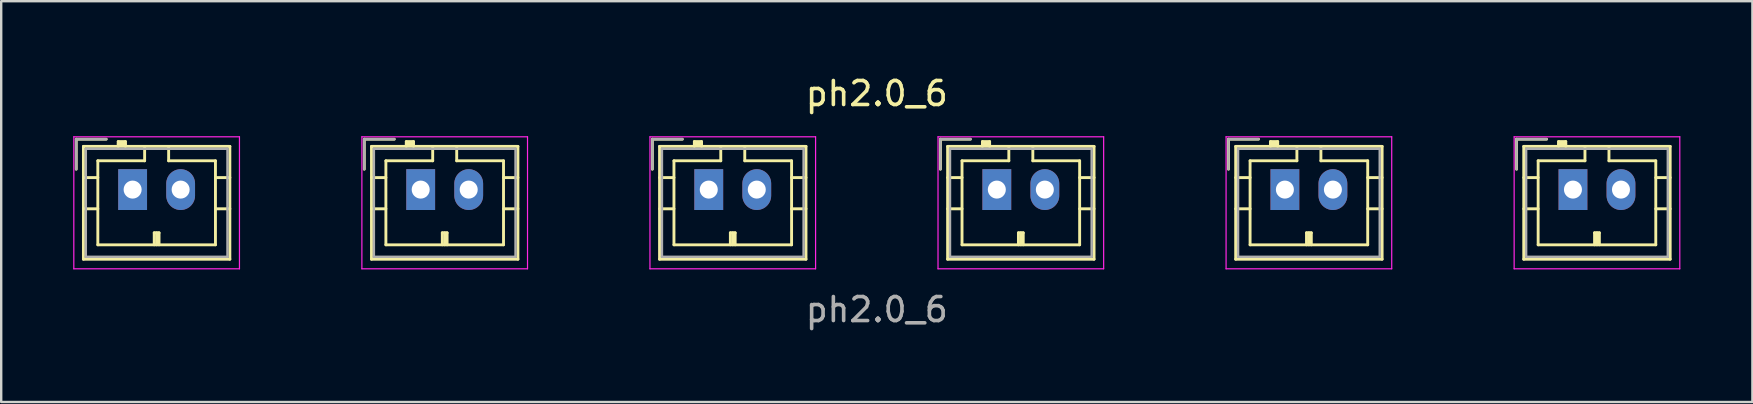
<source format=kicad_pcb>
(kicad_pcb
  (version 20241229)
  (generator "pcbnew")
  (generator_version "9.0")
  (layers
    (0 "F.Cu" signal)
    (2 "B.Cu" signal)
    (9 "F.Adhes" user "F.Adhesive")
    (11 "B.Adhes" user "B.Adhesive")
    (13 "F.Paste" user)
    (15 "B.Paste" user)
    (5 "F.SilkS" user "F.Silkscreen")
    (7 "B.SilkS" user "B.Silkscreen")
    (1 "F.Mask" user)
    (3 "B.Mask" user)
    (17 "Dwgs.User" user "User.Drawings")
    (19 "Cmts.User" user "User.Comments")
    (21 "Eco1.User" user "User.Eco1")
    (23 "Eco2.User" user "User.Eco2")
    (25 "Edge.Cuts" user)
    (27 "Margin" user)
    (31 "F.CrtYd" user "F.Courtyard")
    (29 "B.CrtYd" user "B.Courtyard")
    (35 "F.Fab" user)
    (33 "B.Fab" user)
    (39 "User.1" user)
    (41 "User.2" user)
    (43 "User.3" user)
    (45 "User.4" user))
  (footprint "ph2.0_6"
    (layer "F.Cu")
    (at 2.475 4.848)
    (property "Reference" "ph2.0_6" (at 31 -4 0) (layer "F.SilkS") (effects (font (size 1 1) (thickness 0.15))))
    (attr through_hole)
    (fp_line (start -2.35 -2.1) (end -2.35 -0.85) (stroke (width 0.12) (type solid)) (layer "F.SilkS"))
    (fp_line (start -2.05 -1.8) (end -2.05 2.9) (stroke (width 0.12) (type solid)) (layer "F.SilkS"))
    (fp_line (start -2.05 -0.5) (end -1.45 -0.5) (stroke (width 0.12) (type solid)) (layer "F.SilkS"))
    (fp_line (start -2.05 0.8) (end -1.45 0.8) (stroke (width 0.12) (type solid)) (layer "F.SilkS"))
    (fp_line (start -2.05 2.9) (end 4.05 2.9) (stroke (width 0.12) (type solid)) (layer "F.SilkS"))
    (fp_line (start -1.45 -1.2) (end -1.45 2.3) (stroke (width 0.12) (type solid)) (layer "F.SilkS"))
    (fp_line (start -1.45 2.3) (end 3.45 2.3) (stroke (width 0.12) (type solid)) (layer "F.SilkS"))
    (fp_line (start -1.1 -2.1) (end -2.35 -2.1) (stroke (width 0.12) (type solid)) (layer "F.SilkS"))
    (fp_line (start -0.6 -2) (end -0.6 -1.8) (stroke (width 0.12) (type solid)) (layer "F.SilkS"))
    (fp_line (start -0.3 -2) (end -0.6 -2) (stroke (width 0.12) (type solid)) (layer "F.SilkS"))
    (fp_line (start -0.3 -1.9) (end -0.6 -1.9) (stroke (width 0.12) (type solid)) (layer "F.SilkS"))
    (fp_line (start -0.3 -1.8) (end -0.3 -2) (stroke (width 0.12) (type solid)) (layer "F.SilkS"))
    (fp_line (start 0.5 -1.8) (end 0.5 -1.2) (stroke (width 0.12) (type solid)) (layer "F.SilkS"))
    (fp_line (start 0.5 -1.2) (end -1.45 -1.2) (stroke (width 0.12) (type solid)) (layer "F.SilkS"))
    (fp_line (start 0.9 1.8) (end 1.1 1.8) (stroke (width 0.12) (type solid)) (layer "F.SilkS"))
    (fp_line (start 0.9 2.3) (end 0.9 1.8) (stroke (width 0.12) (type solid)) (layer "F.SilkS"))
    (fp_line (start 1 2.3) (end 1 1.8) (stroke (width 0.12) (type solid)) (layer "F.SilkS"))
    (fp_line (start 1.1 1.8) (end 1.1 2.3) (stroke (width 0.12) (type solid)) (layer "F.SilkS"))
    (fp_line (start 1.5 -1.2) (end 1.5 -1.8) (stroke (width 0.12) (type solid)) (layer "F.SilkS"))
    (fp_line (start 3.45 -1.2) (end 1.5 -1.2) (stroke (width 0.12) (type solid)) (layer "F.SilkS"))
    (fp_line (start 3.45 2.3) (end 3.45 -1.2) (stroke (width 0.12) (type solid)) (layer "F.SilkS"))
    (fp_line (start 4.05 -1.8) (end -2.05 -1.8) (stroke (width 0.12) (type solid)) (layer "F.SilkS"))
    (fp_line (start 4.05 -0.5) (end 3.45 -0.5) (stroke (width 0.12) (type solid)) (layer "F.SilkS"))
    (fp_line (start 4.05 0.8) (end 3.45 0.8) (stroke (width 0.12) (type solid)) (layer "F.SilkS"))
    (fp_line (start 4.05 2.9) (end 4.05 -1.8) (stroke (width 0.12) (type solid)) (layer "F.SilkS"))
    (fp_line (start 9.65 -2.1) (end 9.65 -0.85) (stroke (width 0.12) (type solid)) (layer "F.SilkS"))
    (fp_line (start 9.95 -1.8) (end 9.95 2.9) (stroke (width 0.12) (type solid)) (layer "F.SilkS"))
    (fp_line (start 9.95 -0.5) (end 10.55 -0.5) (stroke (width 0.12) (type solid)) (layer "F.SilkS"))
    (fp_line (start 9.95 0.8) (end 10.55 0.8) (stroke (width 0.12) (type solid)) (layer "F.SilkS"))
    (fp_line (start 9.95 2.9) (end 16.05 2.9) (stroke (width 0.12) (type solid)) (layer "F.SilkS"))
    (fp_line (start 10.55 -1.2) (end 10.55 2.3) (stroke (width 0.12) (type solid)) (layer "F.SilkS"))
    (fp_line (start 10.55 2.3) (end 15.45 2.3) (stroke (width 0.12) (type solid)) (layer "F.SilkS"))
    (fp_line (start 10.9 -2.1) (end 9.65 -2.1) (stroke (width 0.12) (type solid)) (layer "F.SilkS"))
    (fp_line (start 11.4 -2) (end 11.4 -1.8) (stroke (width 0.12) (type solid)) (layer "F.SilkS"))
    (fp_line (start 11.7 -2) (end 11.4 -2) (stroke (width 0.12) (type solid)) (layer "F.SilkS"))
    (fp_line (start 11.7 -1.9) (end 11.4 -1.9) (stroke (width 0.12) (type solid)) (layer "F.SilkS"))
    (fp_line (start 11.7 -1.8) (end 11.7 -2) (stroke (width 0.12) (type solid)) (layer "F.SilkS"))
    (fp_line (start 12.5 -1.8) (end 12.5 -1.2) (stroke (width 0.12) (type solid)) (layer "F.SilkS"))
    (fp_line (start 12.5 -1.2) (end 10.55 -1.2) (stroke (width 0.12) (type solid)) (layer "F.SilkS"))
    (fp_line (start 12.9 1.8) (end 13.1 1.8) (stroke (width 0.12) (type solid)) (layer "F.SilkS"))
    (fp_line (start 12.9 2.3) (end 12.9 1.8) (stroke (width 0.12) (type solid)) (layer "F.SilkS"))
    (fp_line (start 13 2.3) (end 13 1.8) (stroke (width 0.12) (type solid)) (layer "F.SilkS"))
    (fp_line (start 13.1 1.8) (end 13.1 2.3) (stroke (width 0.12) (type solid)) (layer "F.SilkS"))
    (fp_line (start 13.5 -1.2) (end 13.5 -1.8) (stroke (width 0.12) (type solid)) (layer "F.SilkS"))
    (fp_line (start 15.45 -1.2) (end 13.5 -1.2) (stroke (width 0.12) (type solid)) (layer "F.SilkS"))
    (fp_line (start 15.45 2.3) (end 15.45 -1.2) (stroke (width 0.12) (type solid)) (layer "F.SilkS"))
    (fp_line (start 16.05 -1.8) (end 9.95 -1.8) (stroke (width 0.12) (type solid)) (layer "F.SilkS"))
    (fp_line (start 16.05 -0.5) (end 15.45 -0.5) (stroke (width 0.12) (type solid)) (layer "F.SilkS"))
    (fp_line (start 16.05 0.8) (end 15.45 0.8) (stroke (width 0.12) (type solid)) (layer "F.SilkS"))
    (fp_line (start 16.05 2.9) (end 16.05 -1.8) (stroke (width 0.12) (type solid)) (layer "F.SilkS"))
    (fp_line (start 21.65 -2.1) (end 21.65 -0.85) (stroke (width 0.12) (type solid)) (layer "F.SilkS"))
    (fp_line (start 21.95 -1.8) (end 21.95 2.9) (stroke (width 0.12) (type solid)) (layer "F.SilkS"))
    (fp_line (start 21.95 -0.5) (end 22.55 -0.5) (stroke (width 0.12) (type solid)) (layer "F.SilkS"))
    (fp_line (start 21.95 0.8) (end 22.55 0.8) (stroke (width 0.12) (type solid)) (layer "F.SilkS"))
    (fp_line (start 21.95 2.9) (end 28.05 2.9) (stroke (width 0.12) (type solid)) (layer "F.SilkS"))
    (fp_line (start 22.55 -1.2) (end 22.55 2.3) (stroke (width 0.12) (type solid)) (layer "F.SilkS"))
    (fp_line (start 22.55 2.3) (end 27.45 2.3) (stroke (width 0.12) (type solid)) (layer "F.SilkS"))
    (fp_line (start 22.9 -2.1) (end 21.65 -2.1) (stroke (width 0.12) (type solid)) (layer "F.SilkS"))
    (fp_line (start 23.4 -2) (end 23.4 -1.8) (stroke (width 0.12) (type solid)) (layer "F.SilkS"))
    (fp_line (start 23.7 -2) (end 23.4 -2) (stroke (width 0.12) (type solid)) (layer "F.SilkS"))
    (fp_line (start 23.7 -1.9) (end 23.4 -1.9) (stroke (width 0.12) (type solid)) (layer "F.SilkS"))
    (fp_line (start 23.7 -1.8) (end 23.7 -2) (stroke (width 0.12) (type solid)) (layer "F.SilkS"))
    (fp_line (start 24.5 -1.8) (end 24.5 -1.2) (stroke (width 0.12) (type solid)) (layer "F.SilkS"))
    (fp_line (start 24.5 -1.2) (end 22.55 -1.2) (stroke (width 0.12) (type solid)) (layer "F.SilkS"))
    (fp_line (start 24.9 1.8) (end 25.1 1.8) (stroke (width 0.12) (type solid)) (layer "F.SilkS"))
    (fp_line (start 24.9 2.3) (end 24.9 1.8) (stroke (width 0.12) (type solid)) (layer "F.SilkS"))
    (fp_line (start 25 2.3) (end 25 1.8) (stroke (width 0.12) (type solid)) (layer "F.SilkS"))
    (fp_line (start 25.1 1.8) (end 25.1 2.3) (stroke (width 0.12) (type solid)) (layer "F.SilkS"))
    (fp_line (start 25.5 -1.2) (end 25.5 -1.8) (stroke (width 0.12) (type solid)) (layer "F.SilkS"))
    (fp_line (start 27.45 -1.2) (end 25.5 -1.2) (stroke (width 0.12) (type solid)) (layer "F.SilkS"))
    (fp_line (start 27.45 2.3) (end 27.45 -1.2) (stroke (width 0.12) (type solid)) (layer "F.SilkS"))
    (fp_line (start 28.05 -1.8) (end 21.95 -1.8) (stroke (width 0.12) (type solid)) (layer "F.SilkS"))
    (fp_line (start 28.05 -0.5) (end 27.45 -0.5) (stroke (width 0.12) (type solid)) (layer "F.SilkS"))
    (fp_line (start 28.05 0.8) (end 27.45 0.8) (stroke (width 0.12) (type solid)) (layer "F.SilkS"))
    (fp_line (start 28.05 2.9) (end 28.05 -1.8) (stroke (width 0.12) (type solid)) (layer "F.SilkS"))
    (fp_line (start 33.65 -2.1) (end 33.65 -0.85) (stroke (width 0.12) (type solid)) (layer "F.SilkS"))
    (fp_line (start 33.95 -1.8) (end 33.95 2.9) (stroke (width 0.12) (type solid)) (layer "F.SilkS"))
    (fp_line (start 33.95 -0.5) (end 34.55 -0.5) (stroke (width 0.12) (type solid)) (layer "F.SilkS"))
    (fp_line (start 33.95 0.8) (end 34.55 0.8) (stroke (width 0.12) (type solid)) (layer "F.SilkS"))
    (fp_line (start 33.95 2.9) (end 40.05 2.9) (stroke (width 0.12) (type solid)) (layer "F.SilkS"))
    (fp_line (start 34.55 -1.2) (end 34.55 2.3) (stroke (width 0.12) (type solid)) (layer "F.SilkS"))
    (fp_line (start 34.55 2.3) (end 39.45 2.3) (stroke (width 0.12) (type solid)) (layer "F.SilkS"))
    (fp_line (start 34.9 -2.1) (end 33.65 -2.1) (stroke (width 0.12) (type solid)) (layer "F.SilkS"))
    (fp_line (start 35.4 -2) (end 35.4 -1.8) (stroke (width 0.12) (type solid)) (layer "F.SilkS"))
    (fp_line (start 35.7 -2) (end 35.4 -2) (stroke (width 0.12) (type solid)) (layer "F.SilkS"))
    (fp_line (start 35.7 -1.9) (end 35.4 -1.9) (stroke (width 0.12) (type solid)) (layer "F.SilkS"))
    (fp_line (start 35.7 -1.8) (end 35.7 -2) (stroke (width 0.12) (type solid)) (layer "F.SilkS"))
    (fp_line (start 36.5 -1.8) (end 36.5 -1.2) (stroke (width 0.12) (type solid)) (layer "F.SilkS"))
    (fp_line (start 36.5 -1.2) (end 34.55 -1.2) (stroke (width 0.12) (type solid)) (layer "F.SilkS"))
    (fp_line (start 36.9 1.8) (end 37.1 1.8) (stroke (width 0.12) (type solid)) (layer "F.SilkS"))
    (fp_line (start 36.9 2.3) (end 36.9 1.8) (stroke (width 0.12) (type solid)) (layer "F.SilkS"))
    (fp_line (start 37 2.3) (end 37 1.8) (stroke (width 0.12) (type solid)) (layer "F.SilkS"))
    (fp_line (start 37.1 1.8) (end 37.1 2.3) (stroke (width 0.12) (type solid)) (layer "F.SilkS"))
    (fp_line (start 37.5 -1.2) (end 37.5 -1.8) (stroke (width 0.12) (type solid)) (layer "F.SilkS"))
    (fp_line (start 39.45 -1.2) (end 37.5 -1.2) (stroke (width 0.12) (type solid)) (layer "F.SilkS"))
    (fp_line (start 39.45 2.3) (end 39.45 -1.2) (stroke (width 0.12) (type solid)) (layer "F.SilkS"))
    (fp_line (start 40.05 -1.8) (end 33.95 -1.8) (stroke (width 0.12) (type solid)) (layer "F.SilkS"))
    (fp_line (start 40.05 -0.5) (end 39.45 -0.5) (stroke (width 0.12) (type solid)) (layer "F.SilkS"))
    (fp_line (start 40.05 0.8) (end 39.45 0.8) (stroke (width 0.12) (type solid)) (layer "F.SilkS"))
    (fp_line (start 40.05 2.9) (end 40.05 -1.8) (stroke (width 0.12) (type solid)) (layer "F.SilkS"))
    (fp_line (start 45.65 -2.1) (end 45.65 -0.85) (stroke (width 0.12) (type solid)) (layer "F.SilkS"))
    (fp_line (start 45.95 -1.8) (end 45.95 2.9) (stroke (width 0.12) (type solid)) (layer "F.SilkS"))
    (fp_line (start 45.95 -0.5) (end 46.55 -0.5) (stroke (width 0.12) (type solid)) (layer "F.SilkS"))
    (fp_line (start 45.95 0.8) (end 46.55 0.8) (stroke (width 0.12) (type solid)) (layer "F.SilkS"))
    (fp_line (start 45.95 2.9) (end 52.05 2.9) (stroke (width 0.12) (type solid)) (layer "F.SilkS"))
    (fp_line (start 46.55 -1.2) (end 46.55 2.3) (stroke (width 0.12) (type solid)) (layer "F.SilkS"))
    (fp_line (start 46.55 2.3) (end 51.45 2.3) (stroke (width 0.12) (type solid)) (layer "F.SilkS"))
    (fp_line (start 46.9 -2.1) (end 45.65 -2.1) (stroke (width 0.12) (type solid)) (layer "F.SilkS"))
    (fp_line (start 47.4 -2) (end 47.4 -1.8) (stroke (width 0.12) (type solid)) (layer "F.SilkS"))
    (fp_line (start 47.7 -2) (end 47.4 -2) (stroke (width 0.12) (type solid)) (layer "F.SilkS"))
    (fp_line (start 47.7 -1.9) (end 47.4 -1.9) (stroke (width 0.12) (type solid)) (layer "F.SilkS"))
    (fp_line (start 47.7 -1.8) (end 47.7 -2) (stroke (width 0.12) (type solid)) (layer "F.SilkS"))
    (fp_line (start 48.5 -1.8) (end 48.5 -1.2) (stroke (width 0.12) (type solid)) (layer "F.SilkS"))
    (fp_line (start 48.5 -1.2) (end 46.55 -1.2) (stroke (width 0.12) (type solid)) (layer "F.SilkS"))
    (fp_line (start 48.9 1.8) (end 49.1 1.8) (stroke (width 0.12) (type solid)) (layer "F.SilkS"))
    (fp_line (start 48.9 2.3) (end 48.9 1.8) (stroke (width 0.12) (type solid)) (layer "F.SilkS"))
    (fp_line (start 49 2.3) (end 49 1.8) (stroke (width 0.12) (type solid)) (layer "F.SilkS"))
    (fp_line (start 49.1 1.8) (end 49.1 2.3) (stroke (width 0.12) (type solid)) (layer "F.SilkS"))
    (fp_line (start 49.5 -1.2) (end 49.5 -1.8) (stroke (width 0.12) (type solid)) (layer "F.SilkS"))
    (fp_line (start 51.45 -1.2) (end 49.5 -1.2) (stroke (width 0.12) (type solid)) (layer "F.SilkS"))
    (fp_line (start 51.45 2.3) (end 51.45 -1.2) (stroke (width 0.12) (type solid)) (layer "F.SilkS"))
    (fp_line (start 52.05 -1.8) (end 45.95 -1.8) (stroke (width 0.12) (type solid)) (layer "F.SilkS"))
    (fp_line (start 52.05 -0.5) (end 51.45 -0.5) (stroke (width 0.12) (type solid)) (layer "F.SilkS"))
    (fp_line (start 52.05 0.8) (end 51.45 0.8) (stroke (width 0.12) (type solid)) (layer "F.SilkS"))
    (fp_line (start 52.05 2.9) (end 52.05 -1.8) (stroke (width 0.12) (type solid)) (layer "F.SilkS"))
    (fp_line (start 57.65 -2.1) (end 57.65 -0.85) (stroke (width 0.12) (type solid)) (layer "F.SilkS"))
    (fp_line (start 57.95 -1.8) (end 57.95 2.9) (stroke (width 0.12) (type solid)) (layer "F.SilkS"))
    (fp_line (start 57.95 -0.5) (end 58.55 -0.5) (stroke (width 0.12) (type solid)) (layer "F.SilkS"))
    (fp_line (start 57.95 0.8) (end 58.55 0.8) (stroke (width 0.12) (type solid)) (layer "F.SilkS"))
    (fp_line (start 57.95 2.9) (end 64.05 2.9) (stroke (width 0.12) (type solid)) (layer "F.SilkS"))
    (fp_line (start 58.55 -1.2) (end 58.55 2.3) (stroke (width 0.12) (type solid)) (layer "F.SilkS"))
    (fp_line (start 58.55 2.3) (end 63.45 2.3) (stroke (width 0.12) (type solid)) (layer "F.SilkS"))
    (fp_line (start 58.9 -2.1) (end 57.65 -2.1) (stroke (width 0.12) (type solid)) (layer "F.SilkS"))
    (fp_line (start 59.4 -2) (end 59.4 -1.8) (stroke (width 0.12) (type solid)) (layer "F.SilkS"))
    (fp_line (start 59.7 -2) (end 59.4 -2) (stroke (width 0.12) (type solid)) (layer "F.SilkS"))
    (fp_line (start 59.7 -1.9) (end 59.4 -1.9) (stroke (width 0.12) (type solid)) (layer "F.SilkS"))
    (fp_line (start 59.7 -1.8) (end 59.7 -2) (stroke (width 0.12) (type solid)) (layer "F.SilkS"))
    (fp_line (start 60.5 -1.8) (end 60.5 -1.2) (stroke (width 0.12) (type solid)) (layer "F.SilkS"))
    (fp_line (start 60.5 -1.2) (end 58.55 -1.2) (stroke (width 0.12) (type solid)) (layer "F.SilkS"))
    (fp_line (start 60.9 1.8) (end 61.1 1.8) (stroke (width 0.12) (type solid)) (layer "F.SilkS"))
    (fp_line (start 60.9 2.3) (end 60.9 1.8) (stroke (width 0.12) (type solid)) (layer "F.SilkS"))
    (fp_line (start 61 2.3) (end 61 1.8) (stroke (width 0.12) (type solid)) (layer "F.SilkS"))
    (fp_line (start 61.1 1.8) (end 61.1 2.3) (stroke (width 0.12) (type solid)) (layer "F.SilkS"))
    (fp_line (start 61.5 -1.2) (end 61.5 -1.8) (stroke (width 0.12) (type solid)) (layer "F.SilkS"))
    (fp_line (start 63.45 -1.2) (end 61.5 -1.2) (stroke (width 0.12) (type solid)) (layer "F.SilkS"))
    (fp_line (start 63.45 2.3) (end 63.45 -1.2) (stroke (width 0.12) (type solid)) (layer "F.SilkS"))
    (fp_line (start 64.05 -1.8) (end 57.95 -1.8) (stroke (width 0.12) (type solid)) (layer "F.SilkS"))
    (fp_line (start 64.05 -0.5) (end 63.45 -0.5) (stroke (width 0.12) (type solid)) (layer "F.SilkS"))
    (fp_line (start 64.05 0.8) (end 63.45 0.8) (stroke (width 0.12) (type solid)) (layer "F.SilkS"))
    (fp_line (start 64.05 2.9) (end 64.05 -1.8) (stroke (width 0.12) (type solid)) (layer "F.SilkS"))
    (fp_line (start -2.45 -2.2) (end -2.45 3.3) (stroke (width 0.05) (type solid)) (layer "F.CrtYd"))
    (fp_line (start -2.45 3.3) (end 4.45 3.3) (stroke (width 0.05) (type solid)) (layer "F.CrtYd"))
    (fp_line (start 4.45 -2.2) (end -2.45 -2.2) (stroke (width 0.05) (type solid)) (layer "F.CrtYd"))
    (fp_line (start 4.45 3.3) (end 4.45 -2.2) (stroke (width 0.05) (type solid)) (layer "F.CrtYd"))
    (fp_line (start 9.55 -2.2) (end 9.55 3.3) (stroke (width 0.05) (type solid)) (layer "F.CrtYd"))
    (fp_line (start 9.55 3.3) (end 16.45 3.3) (stroke (width 0.05) (type solid)) (layer "F.CrtYd"))
    (fp_line (start 16.45 -2.2) (end 9.55 -2.2) (stroke (width 0.05) (type solid)) (layer "F.CrtYd"))
    (fp_line (start 16.45 3.3) (end 16.45 -2.2) (stroke (width 0.05) (type solid)) (layer "F.CrtYd"))
    (fp_line (start 21.55 -2.2) (end 21.55 3.3) (stroke (width 0.05) (type solid)) (layer "F.CrtYd"))
    (fp_line (start 21.55 3.3) (end 28.45 3.3) (stroke (width 0.05) (type solid)) (layer "F.CrtYd"))
    (fp_line (start 28.45 -2.2) (end 21.55 -2.2) (stroke (width 0.05) (type solid)) (layer "F.CrtYd"))
    (fp_line (start 28.45 3.3) (end 28.45 -2.2) (stroke (width 0.05) (type solid)) (layer "F.CrtYd"))
    (fp_line (start 33.55 -2.2) (end 33.55 3.3) (stroke (width 0.05) (type solid)) (layer "F.CrtYd"))
    (fp_line (start 33.55 3.3) (end 40.45 3.3) (stroke (width 0.05) (type solid)) (layer "F.CrtYd"))
    (fp_line (start 40.45 -2.2) (end 33.55 -2.2) (stroke (width 0.05) (type solid)) (layer "F.CrtYd"))
    (fp_line (start 40.45 3.3) (end 40.45 -2.2) (stroke (width 0.05) (type solid)) (layer "F.CrtYd"))
    (fp_line (start 45.55 -2.2) (end 45.55 3.3) (stroke (width 0.05) (type solid)) (layer "F.CrtYd"))
    (fp_line (start 45.55 3.3) (end 52.45 3.3) (stroke (width 0.05) (type solid)) (layer "F.CrtYd"))
    (fp_line (start 52.45 -2.2) (end 45.55 -2.2) (stroke (width 0.05) (type solid)) (layer "F.CrtYd"))
    (fp_line (start 52.45 3.3) (end 52.45 -2.2) (stroke (width 0.05) (type solid)) (layer "F.CrtYd"))
    (fp_line (start 57.55 -2.2) (end 57.55 3.3) (stroke (width 0.05) (type solid)) (layer "F.CrtYd"))
    (fp_line (start 57.55 3.3) (end 64.45 3.3) (stroke (width 0.05) (type solid)) (layer "F.CrtYd"))
    (fp_line (start 64.45 -2.2) (end 57.55 -2.2) (stroke (width 0.05) (type solid)) (layer "F.CrtYd"))
    (fp_line (start 64.45 3.3) (end 64.45 -2.2) (stroke (width 0.05) (type solid)) (layer "F.CrtYd"))
    (fp_line (start -2.35 -2.1) (end -2.35 -0.85) (stroke (width 0.1) (type solid)) (layer "F.Fab"))
    (fp_line (start -1.95 -1.7) (end -1.95 2.8) (stroke (width 0.1) (type solid)) (layer "F.Fab"))
    (fp_line (start -1.95 2.8) (end 3.95 2.8) (stroke (width 0.1) (type solid)) (layer "F.Fab"))
    (fp_line (start -1.1 -2.1) (end -2.35 -2.1) (stroke (width 0.1) (type solid)) (layer "F.Fab"))
    (fp_line (start 3.95 -1.7) (end -1.95 -1.7) (stroke (width 0.1) (type solid)) (layer "F.Fab"))
    (fp_line (start 3.95 2.8) (end 3.95 -1.7) (stroke (width 0.1) (type solid)) (layer "F.Fab"))
    (fp_line (start 9.65 -2.1) (end 9.65 -0.85) (stroke (width 0.1) (type solid)) (layer "F.Fab"))
    (fp_line (start 10.05 -1.7) (end 10.05 2.8) (stroke (width 0.1) (type solid)) (layer "F.Fab"))
    (fp_line (start 10.05 2.8) (end 15.95 2.8) (stroke (width 0.1) (type solid)) (layer "F.Fab"))
    (fp_line (start 10.9 -2.1) (end 9.65 -2.1) (stroke (width 0.1) (type solid)) (layer "F.Fab"))
    (fp_line (start 15.95 -1.7) (end 10.05 -1.7) (stroke (width 0.1) (type solid)) (layer "F.Fab"))
    (fp_line (start 15.95 2.8) (end 15.95 -1.7) (stroke (width 0.1) (type solid)) (layer "F.Fab"))
    (fp_line (start 21.65 -2.1) (end 21.65 -0.85) (stroke (width 0.1) (type solid)) (layer "F.Fab"))
    (fp_line (start 22.05 -1.7) (end 22.05 2.8) (stroke (width 0.1) (type solid)) (layer "F.Fab"))
    (fp_line (start 22.05 2.8) (end 27.95 2.8) (stroke (width 0.1) (type solid)) (layer "F.Fab"))
    (fp_line (start 22.9 -2.1) (end 21.65 -2.1) (stroke (width 0.1) (type solid)) (layer "F.Fab"))
    (fp_line (start 27.95 -1.7) (end 22.05 -1.7) (stroke (width 0.1) (type solid)) (layer "F.Fab"))
    (fp_line (start 27.95 2.8) (end 27.95 -1.7) (stroke (width 0.1) (type solid)) (layer "F.Fab"))
    (fp_line (start 33.65 -2.1) (end 33.65 -0.85) (stroke (width 0.1) (type solid)) (layer "F.Fab"))
    (fp_line (start 34.05 -1.7) (end 34.05 2.8) (stroke (width 0.1) (type solid)) (layer "F.Fab"))
    (fp_line (start 34.05 2.8) (end 39.95 2.8) (stroke (width 0.1) (type solid)) (layer "F.Fab"))
    (fp_line (start 34.9 -2.1) (end 33.65 -2.1) (stroke (width 0.1) (type solid)) (layer "F.Fab"))
    (fp_line (start 39.95 -1.7) (end 34.05 -1.7) (stroke (width 0.1) (type solid)) (layer "F.Fab"))
    (fp_line (start 39.95 2.8) (end 39.95 -1.7) (stroke (width 0.1) (type solid)) (layer "F.Fab"))
    (fp_line (start 45.65 -2.1) (end 45.65 -0.85) (stroke (width 0.1) (type solid)) (layer "F.Fab"))
    (fp_line (start 46.05 -1.7) (end 46.05 2.8) (stroke (width 0.1) (type solid)) (layer "F.Fab"))
    (fp_line (start 46.05 2.8) (end 51.95 2.8) (stroke (width 0.1) (type solid)) (layer "F.Fab"))
    (fp_line (start 46.9 -2.1) (end 45.65 -2.1) (stroke (width 0.1) (type solid)) (layer "F.Fab"))
    (fp_line (start 51.95 -1.7) (end 46.05 -1.7) (stroke (width 0.1) (type solid)) (layer "F.Fab"))
    (fp_line (start 51.95 2.8) (end 51.95 -1.7) (stroke (width 0.1) (type solid)) (layer "F.Fab"))
    (fp_line (start 57.65 -2.1) (end 57.65 -0.85) (stroke (width 0.1) (type solid)) (layer "F.Fab"))
    (fp_line (start 58.05 -1.7) (end 58.05 2.8) (stroke (width 0.1) (type solid)) (layer "F.Fab"))
    (fp_line (start 58.05 2.8) (end 63.95 2.8) (stroke (width 0.1) (type solid)) (layer "F.Fab"))
    (fp_line (start 58.9 -2.1) (end 57.65 -2.1) (stroke (width 0.1) (type solid)) (layer "F.Fab"))
    (fp_line (start 63.95 -1.7) (end 58.05 -1.7) (stroke (width 0.1) (type solid)) (layer "F.Fab"))
    (fp_line (start 63.95 2.8) (end 63.95 -1.7) (stroke (width 0.1) (type solid)) (layer "F.Fab"))
    (fp_text user "${REFERENCE}" (at 31 5 0) (layer "F.Fab") (effects (font (size 1 1) (thickness 0.15))))
    (pad "1" thru_hole rect (at 0 0) (size 1.2 1.7) (drill 0.75) (layers "*.Cu" "*.Mask"))
    (pad "2" thru_hole oval (at 2 0) (size 1.2 1.7) (drill 0.75) (layers "*.Cu" "*.Mask"))
    (pad "3" thru_hole rect (at 12 0) (size 1.2 1.7) (drill 0.75) (layers "*.Cu" "*.Mask"))
    (pad "4" thru_hole oval (at 14 0) (size 1.2 1.7) (drill 0.75) (layers "*.Cu" "*.Mask"))
    (pad "5" thru_hole rect (at 24 0) (size 1.2 1.7) (drill 0.75) (layers "*.Cu" "*.Mask"))
    (pad "6" thru_hole oval (at 26 0) (size 1.2 1.7) (drill 0.75) (layers "*.Cu" "*.Mask"))
    (pad "7" thru_hole rect (at 36 0) (size 1.2 1.7) (drill 0.75) (layers "*.Cu" "*.Mask"))
    (pad "8" thru_hole oval (at 38 0) (size 1.2 1.7) (drill 0.75) (layers "*.Cu" "*.Mask"))
    (pad "9" thru_hole rect (at 48 0) (size 1.2 1.7) (drill 0.75) (layers "*.Cu" "*.Mask"))
    (pad "10" thru_hole oval (at 50 0) (size 1.2 1.7) (drill 0.75) (layers "*.Cu" "*.Mask"))
    (pad "11" thru_hole rect (at 60 0) (size 1.2 1.7) (drill 0.75) (layers "*.Cu" "*.Mask"))
    (pad "12" thru_hole oval (at 62 0) (size 1.2 1.7) (drill 0.75) (layers "*.Cu" "*.Mask")))
  (gr_rect
    (start -3 -3)
    (end 69.95 13.697)
    (stroke (width 0.1) (type default))
    (fill no)
    (layer "Edge.Cuts")))
</source>
